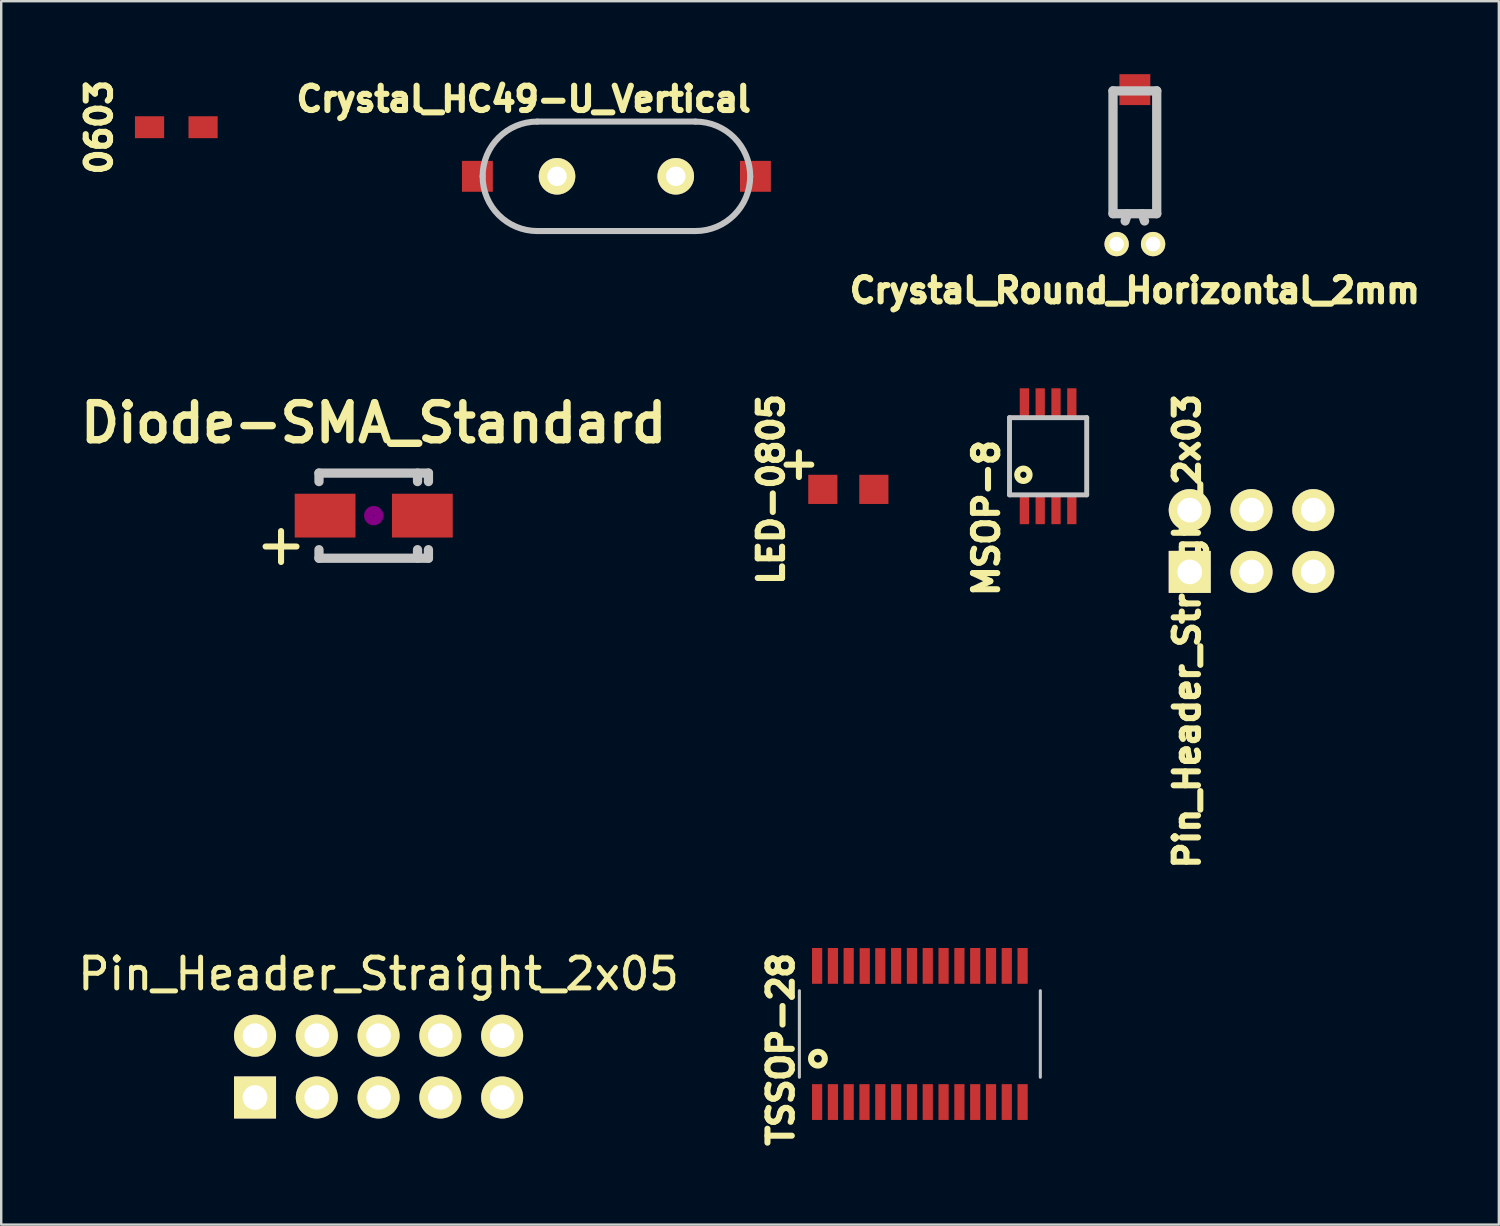
<source format=kicad_pcb>
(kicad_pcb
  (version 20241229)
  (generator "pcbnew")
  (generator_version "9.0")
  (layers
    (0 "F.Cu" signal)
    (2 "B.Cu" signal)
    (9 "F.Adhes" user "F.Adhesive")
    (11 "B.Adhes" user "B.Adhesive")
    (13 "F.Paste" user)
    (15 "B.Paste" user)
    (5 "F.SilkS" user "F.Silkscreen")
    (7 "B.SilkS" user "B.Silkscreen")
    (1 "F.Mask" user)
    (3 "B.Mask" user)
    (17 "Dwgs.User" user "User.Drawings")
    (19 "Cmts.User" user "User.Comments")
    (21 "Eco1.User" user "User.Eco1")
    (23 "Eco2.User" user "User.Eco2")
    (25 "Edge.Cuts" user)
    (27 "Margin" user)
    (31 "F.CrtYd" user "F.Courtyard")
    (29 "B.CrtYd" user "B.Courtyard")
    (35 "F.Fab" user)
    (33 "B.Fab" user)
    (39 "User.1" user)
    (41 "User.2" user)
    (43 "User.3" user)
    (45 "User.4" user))
  (footprint "Pin_Header_Straight_2x03"
    (layer "F.Cu")
    (at 48.405 19.193)
    (property "Reference" "Pin_Header_Straight_2x03" (at -2.65 3.71 90) (layer "F.SilkS") (effects (font (size 1 1) (thickness 0.25))))
    (attr through_hole)
    (pad "1" thru_hole rect (at -2.54 1.27) (size 1.727 1.727) (drill 1.016) (layers "*.Cu" "*.Mask" "F.SilkS"))
    (pad "2" thru_hole oval (at -2.54 -1.27) (size 1.727 1.727) (drill 1.016) (layers "*.Cu" "*.Mask" "F.SilkS"))
    (pad "3" thru_hole oval (at 0 1.27) (size 1.727 1.727) (drill 1.016) (layers "*.Cu" "*.Mask" "F.SilkS"))
    (pad "4" thru_hole oval (at 0 -1.27) (size 1.727 1.727) (drill 1.016) (layers "*.Cu" "*.Mask" "F.SilkS"))
    (pad "5" thru_hole oval (at 2.54 1.27) (size 1.727 1.727) (drill 1.016) (layers "*.Cu" "*.Mask" "F.SilkS"))
    (pad "6" thru_hole oval (at 2.54 -1.27) (size 1.727 1.727) (drill 1.016) (layers "*.Cu" "*.Mask" "F.SilkS")))
  (footprint "TSSOP-28"
    (layer "F.Cu")
    (at 34.769 39.461)
    (property "Reference" "TSSOP-28" (at -5.715 0.635 90) (layer "F.SilkS") (effects (font (size 1 1) (thickness 0.25))))
    (attr smd)
    (fp_circle (center -4.191 1.016) (end -4.318 1.27) (stroke (width 0.25) (type solid)) (fill no) (layer "F.SilkS"))
    (fp_line (start -4.953 -1.778) (end -4.953 1.778) (stroke (width 0.127) (type solid)) (layer "Dwgs.User"))
    (fp_line (start 4.953 -1.778) (end 4.953 1.778) (stroke (width 0.127) (type solid)) (layer "Dwgs.User"))
    (pad "1" smd rect (at -4.224 2.799) (size 0.419 1.471) (layers "F.Cu" "F.Mask" "F.Paste"))
    (pad "2" smd rect (at -3.574 2.799) (size 0.419 1.471) (layers "F.Cu" "F.Mask" "F.Paste"))
    (pad "3" smd rect (at -2.926 2.799) (size 0.419 1.471) (layers "F.Cu" "F.Mask" "F.Paste"))
    (pad "4" smd rect (at -2.276 2.799) (size 0.419 1.471) (layers "F.Cu" "F.Mask" "F.Paste"))
    (pad "5" smd rect (at -1.626 2.799) (size 0.419 1.471) (layers "F.Cu" "F.Mask" "F.Paste"))
    (pad "6" smd rect (at -0.975 2.799) (size 0.419 1.471) (layers "F.Cu" "F.Mask" "F.Paste"))
    (pad "7" smd rect (at -0.325 2.799) (size 0.419 1.471) (layers "F.Cu" "F.Mask" "F.Paste"))
    (pad "8" smd rect (at 0.325 2.799) (size 0.419 1.471) (layers "F.Cu" "F.Mask" "F.Paste"))
    (pad "9" smd rect (at 0.975 2.799) (size 0.419 1.471) (layers "F.Cu" "F.Mask" "F.Paste"))
    (pad "10" smd rect (at 1.626 2.799) (size 0.419 1.471) (layers "F.Cu" "F.Mask" "F.Paste"))
    (pad "11" smd rect (at 2.276 2.799) (size 0.419 1.471) (layers "F.Cu" "F.Mask" "F.Paste"))
    (pad "12" smd rect (at 2.926 2.799) (size 0.419 1.471) (layers "F.Cu" "F.Mask" "F.Paste"))
    (pad "13" smd rect (at 3.574 2.799) (size 0.419 1.471) (layers "F.Cu" "F.Mask" "F.Paste"))
    (pad "14" smd rect (at 4.224 2.799) (size 0.419 1.471) (layers "F.Cu" "F.Mask" "F.Paste"))
    (pad "15" smd rect (at 4.224 -2.799) (size 0.419 1.471) (layers "F.Cu" "F.Mask" "F.Paste"))
    (pad "16" smd rect (at 3.574 -2.799) (size 0.419 1.471) (layers "F.Cu" "F.Mask" "F.Paste"))
    (pad "17" smd rect (at 2.926 -2.799) (size 0.419 1.471) (layers "F.Cu" "F.Mask" "F.Paste"))
    (pad "18" smd rect (at 2.276 -2.799) (size 0.419 1.471) (layers "F.Cu" "F.Mask" "F.Paste"))
    (pad "19" smd rect (at 1.626 -2.799) (size 0.419 1.471) (layers "F.Cu" "F.Mask" "F.Paste"))
    (pad "20" smd rect (at 0.975 -2.799) (size 0.419 1.471) (layers "F.Cu" "F.Mask" "F.Paste"))
    (pad "21" smd rect (at 0.325 -2.799) (size 0.419 1.471) (layers "F.Cu" "F.Mask" "F.Paste"))
    (pad "22" smd rect (at -0.325 -2.799) (size 0.419 1.471) (layers "F.Cu" "F.Mask" "F.Paste"))
    (pad "23" smd rect (at -0.975 -2.799) (size 0.419 1.471) (layers "F.Cu" "F.Mask" "F.Paste"))
    (pad "24" smd rect (at -1.626 -2.794) (size 0.419 1.471) (layers "F.Cu" "F.Mask" "F.Paste"))
    (pad "25" smd rect (at -2.266 -2.794) (size 0.419 1.471) (layers "F.Cu" "F.Mask" "F.Paste"))
    (pad "26" smd rect (at -2.926 -2.799) (size 0.419 1.471) (layers "F.Cu" "F.Mask" "F.Paste"))
    (pad "27" smd rect (at -3.574 -2.799) (size 0.419 1.471) (layers "F.Cu" "F.Mask" "F.Paste"))
    (pad "28" smd rect (at -4.224 -2.799) (size 0.419 1.471) (layers "F.Cu" "F.Mask" "F.Paste")))
  (footprint "0603"
    (layer "F.Cu")
    (at 4.199 2.18)
    (property "Reference" "0603" (at -3.175 0 90) (layer "F.SilkS") (effects (font (size 1 1) (thickness 0.25))))
    (attr smd)
    (pad "1" smd rect (at -1.1 0) (size 1.2 0.9) (layers "F.Cu" "F.Mask" "F.Paste"))
    (pad "2" smd rect (at 1.1 0) (size 1.2 0.9) (layers "F.Cu" "F.Mask" "F.Paste")))
  (footprint "Crystal_Round_Horizontal_2mm"
    (layer "F.Cu")
    (at 43.609 6.985)
    (property "Reference" "Crystal_Round_Horizontal_2mm" (at 0 1.905 0) (layer "F.SilkS") (effects (font (size 1 1) (thickness 0.25))))
    (attr through_hole)
    (fp_line (start -0.899 -6.299) (end -0.899 -1.25) (stroke (width 0.381) (type solid)) (layer "Dwgs.User"))
    (fp_line (start -0.3 -1.25) (end -0.399 -0.95) (stroke (width 0.381) (type solid)) (layer "Dwgs.User"))
    (fp_line (start 0.3 -1.25) (end 0.399 -0.95) (stroke (width 0.381) (type solid)) (layer "Dwgs.User"))
    (fp_line (start 0.899 -6.299) (end -0.899 -6.299) (stroke (width 0.381) (type solid)) (layer "Dwgs.User"))
    (fp_line (start 0.899 -1.25) (end -0.899 -1.25) (stroke (width 0.381) (type solid)) (layer "Dwgs.User"))
    (fp_line (start 0.899 -1.25) (end 0.899 -6.299) (stroke (width 0.381) (type solid)) (layer "Dwgs.User"))
    (pad "1" thru_hole circle (at -0.749 0) (size 1.001 1.001) (drill 0.599) (layers "*.Cu" "*.Mask" "F.SilkS"))
    (pad "2" thru_hole circle (at 0.749 0) (size 1.001 1.001) (drill 0.599) (layers "*.Cu" "*.Mask" "F.SilkS"))
    (pad "3" smd rect (at 0 -6.35) (size 1.27 1.27) (layers "F.Cu" "F.Mask")))
  (footprint "Diode-SMA_Standard"
    (layer "F.Cu")
    (at 12.315 18.15)
    (property "Reference" "Diode-SMA_Standard" (at 0 -3.81 0) (layer "F.SilkS") (effects (font (size 1.524 1.524) (thickness 0.305))))
    (attr smd)
    (fp_line (start -3.81 0.635) (end -3.81 1.905) (stroke (width 0.25) (type solid)) (layer "F.SilkS"))
    (fp_line (start -3.175 1.27) (end -4.445 1.27) (stroke (width 0.25) (type solid)) (layer "F.SilkS"))
    (fp_circle (center 0 0) (end 0.201 -0.051) (stroke (width 0.381) (type solid)) (fill no) (layer "F.Adhes"))
    (fp_line (start -2.25 -1.75) (end -2.25 -1.4) (stroke (width 0.381) (type solid)) (layer "Dwgs.User"))
    (fp_line (start -2.25 -1.75) (end 2.25 -1.75) (stroke (width 0.381) (type solid)) (layer "Dwgs.User"))
    (fp_line (start -2.25 1.75) (end -2.25 1.4) (stroke (width 0.381) (type solid)) (layer "Dwgs.User"))
    (fp_line (start -2.25 1.75) (end 2.25 1.75) (stroke (width 0.381) (type solid)) (layer "Dwgs.User"))
    (fp_line (start 1.801 -1.75) (end 1.801 -1.4) (stroke (width 0.381) (type solid)) (layer "Dwgs.User"))
    (fp_line (start 1.801 1.75) (end 1.801 1.4) (stroke (width 0.381) (type solid)) (layer "Dwgs.User"))
    (fp_line (start 2.25 -1.75) (end 2.25 -1.4) (stroke (width 0.381) (type solid)) (layer "Dwgs.User"))
    (fp_line (start 2.25 1.75) (end 2.25 1.4) (stroke (width 0.381) (type solid)) (layer "Dwgs.User"))
    (pad "1" smd rect (at -1.999 0) (size 2.499 1.801) (layers "F.Cu" "F.Mask" "F.Paste"))
    (pad "2" smd rect (at 1.999 0) (size 2.499 1.801) (layers "F.Cu" "F.Mask" "F.Paste")))
  (footprint "Crystal_HC49-U_Vertical"
    (layer "F.Cu")
    (at 22.293 4.199)
    (property "Reference" "Crystal_HC49-U_Vertical" (at -3.81 -3.175 180) (layer "F.SilkS") (effects (font (size 1 1) (thickness 0.25))))
    (attr through_hole)
    (fp_line (start -3.25 -2.25) (end 3.25 -2.25) (stroke (width 0.25) (type solid)) (layer "Dwgs.User"))
    (fp_line (start 3.25 2.25) (end -3.25 2.25) (stroke (width 0.25) (type solid)) (layer "Dwgs.User"))
    (fp_arc (start -5.5 0) (mid -4.84099 -1.59099) (end -3.25 -2.25) (stroke (width 0.25) (type solid)) (layer "Dwgs.User"))
    (fp_arc (start -3.25 2.25) (mid -4.84099 1.59099) (end -5.5 0) (stroke (width 0.25) (type solid)) (layer "Dwgs.User"))
    (fp_arc (start 3.25 -2.25) (mid 4.84099 -1.59099) (end 5.5 0) (stroke (width 0.25) (type solid)) (layer "Dwgs.User"))
    (fp_arc (start 5.5 0) (mid 4.84099 1.59099) (end 3.25 2.25) (stroke (width 0.25) (type solid)) (layer "Dwgs.User"))
    (pad "1" thru_hole circle (at -2.441 0) (size 1.501 1.501) (drill 0.8) (layers "*.Cu" "*.Mask" "F.SilkS"))
    (pad "2" thru_hole circle (at 2.441 0) (size 1.501 1.501) (drill 0.8) (layers "*.Cu" "*.Mask" "F.SilkS"))
    (pad "3" smd rect (at -5.715 0) (size 1.27 1.27) (layers "F.Cu" "F.Mask"))
    (pad "3" smd rect (at 5.715 0) (size 1.27 1.27) (layers "F.Cu" "F.Mask")))
  (footprint "Pin_Header_Straight_2x05"
    (layer "F.Cu")
    (at 12.515 40.802)
    (property "Reference" "Pin_Header_Straight_2x05" (at 0 -3.81 0) (layer "F.SilkS") (effects (font (size 1.27 1.27) (thickness 0.203))))
    (attr through_hole)
    (pad "1" thru_hole rect (at -5.08 1.27) (size 1.727 1.727) (drill 1.016) (layers "*.Cu" "*.Mask" "F.SilkS"))
    (pad "2" thru_hole oval (at -5.08 -1.27) (size 1.727 1.727) (drill 1.016) (layers "*.Cu" "*.Mask" "F.SilkS"))
    (pad "3" thru_hole oval (at -2.54 1.27) (size 1.727 1.727) (drill 1.016) (layers "*.Cu" "*.Mask" "F.SilkS"))
    (pad "4" thru_hole oval (at -2.54 -1.27) (size 1.727 1.727) (drill 1.016) (layers "*.Cu" "*.Mask" "F.SilkS"))
    (pad "5" thru_hole oval (at 0 1.27) (size 1.727 1.727) (drill 1.016) (layers "*.Cu" "*.Mask" "F.SilkS"))
    (pad "6" thru_hole oval (at 0 -1.27) (size 1.727 1.727) (drill 1.016) (layers "*.Cu" "*.Mask" "F.SilkS"))
    (pad "7" thru_hole oval (at 2.54 1.27) (size 1.727 1.727) (drill 1.016) (layers "*.Cu" "*.Mask" "F.SilkS"))
    (pad "8" thru_hole oval (at 2.54 -1.27) (size 1.727 1.727) (drill 1.016) (layers "*.Cu" "*.Mask" "F.SilkS"))
    (pad "9" thru_hole oval (at 5.08 1.27) (size 1.727 1.727) (drill 1.016) (layers "*.Cu" "*.Mask" "F.SilkS"))
    (pad "10" thru_hole oval (at 5.08 -1.27) (size 1.727 1.727) (drill 1.016) (layers "*.Cu" "*.Mask" "F.SilkS")))
  (footprint "MSOP-8"
    (layer "F.Cu")
    (at 40.042 15.708)
    (property "Reference" "MSOP-8" (at -2.54 2.54 90) (layer "F.SilkS") (effects (font (size 1 1) (thickness 0.25))))
    (attr through_hole)
    (fp_circle (center -1.016 0.762) (end -1.016 1.016) (stroke (width 0.25) (type solid)) (fill no) (layer "F.SilkS"))
    (fp_line (start -1.587 -1.587) (end -1.587 1.587) (stroke (width 0.203) (type solid)) (layer "Dwgs.User"))
    (fp_line (start -1.587 1.587) (end 1.587 1.587) (stroke (width 0.203) (type solid)) (layer "Dwgs.User"))
    (fp_line (start 1.587 -1.587) (end -1.587 -1.587) (stroke (width 0.203) (type solid)) (layer "Dwgs.User"))
    (fp_line (start 1.587 1.587) (end 1.587 -1.587) (stroke (width 0.203) (type solid)) (layer "Dwgs.User"))
    (pad "1" smd rect (at -0.975 2.159) (size 0.381 1.27) (layers "F.Cu" "F.Mask"))
    (pad "2" smd rect (at -0.325 2.159) (size 0.381 1.27) (layers "F.Cu" "F.Mask"))
    (pad "3" smd rect (at 0.325 2.159) (size 0.381 1.27) (layers "F.Cu" "F.Mask"))
    (pad "4" smd rect (at 0.975 2.159) (size 0.381 1.27) (layers "F.Cu" "F.Mask"))
    (pad "5" smd rect (at 0.975 -2.159) (size 0.381 1.27) (layers "F.Cu" "F.Mask"))
    (pad "6" smd rect (at 0.325 -2.159) (size 0.381 1.27) (layers "F.Cu" "F.Mask"))
    (pad "7" smd rect (at -0.325 -2.159) (size 0.381 1.27) (layers "F.Cu" "F.Mask"))
    (pad "8" smd rect (at -0.975 -2.159) (size 0.381 1.27) (layers "F.Cu" "F.Mask")))
  (footprint "LED-0805"
    (layer "F.Cu")
    (at 31.829 17.07)
    (property "Reference" "LED-0805" (at -3.175 0 90) (layer "F.SilkS") (effects (font (size 1 1) (thickness 0.25))))
    (attr smd)
    (fp_line (start -2.032 -0.508) (end -2.032 -1.524) (stroke (width 0.25) (type solid)) (layer "F.SilkS"))
    (fp_line (start -1.524 -1.016) (end -2.54 -1.016) (stroke (width 0.25) (type solid)) (layer "F.SilkS"))
    (pad "1" smd rect (at -1.049 0) (size 1.199 1.199) (layers "F.Cu" "F.Mask" "F.Paste"))
    (pad "2" smd rect (at 1.049 0) (size 1.199 1.199) (layers "F.Cu" "F.Mask" "F.Paste")))
  (gr_rect
    (start -3 -3)
    (end 58.574 47.299)
    (stroke (width 0.1) (type default))
    (fill no)
    (layer "Edge.Cuts")))
</source>
